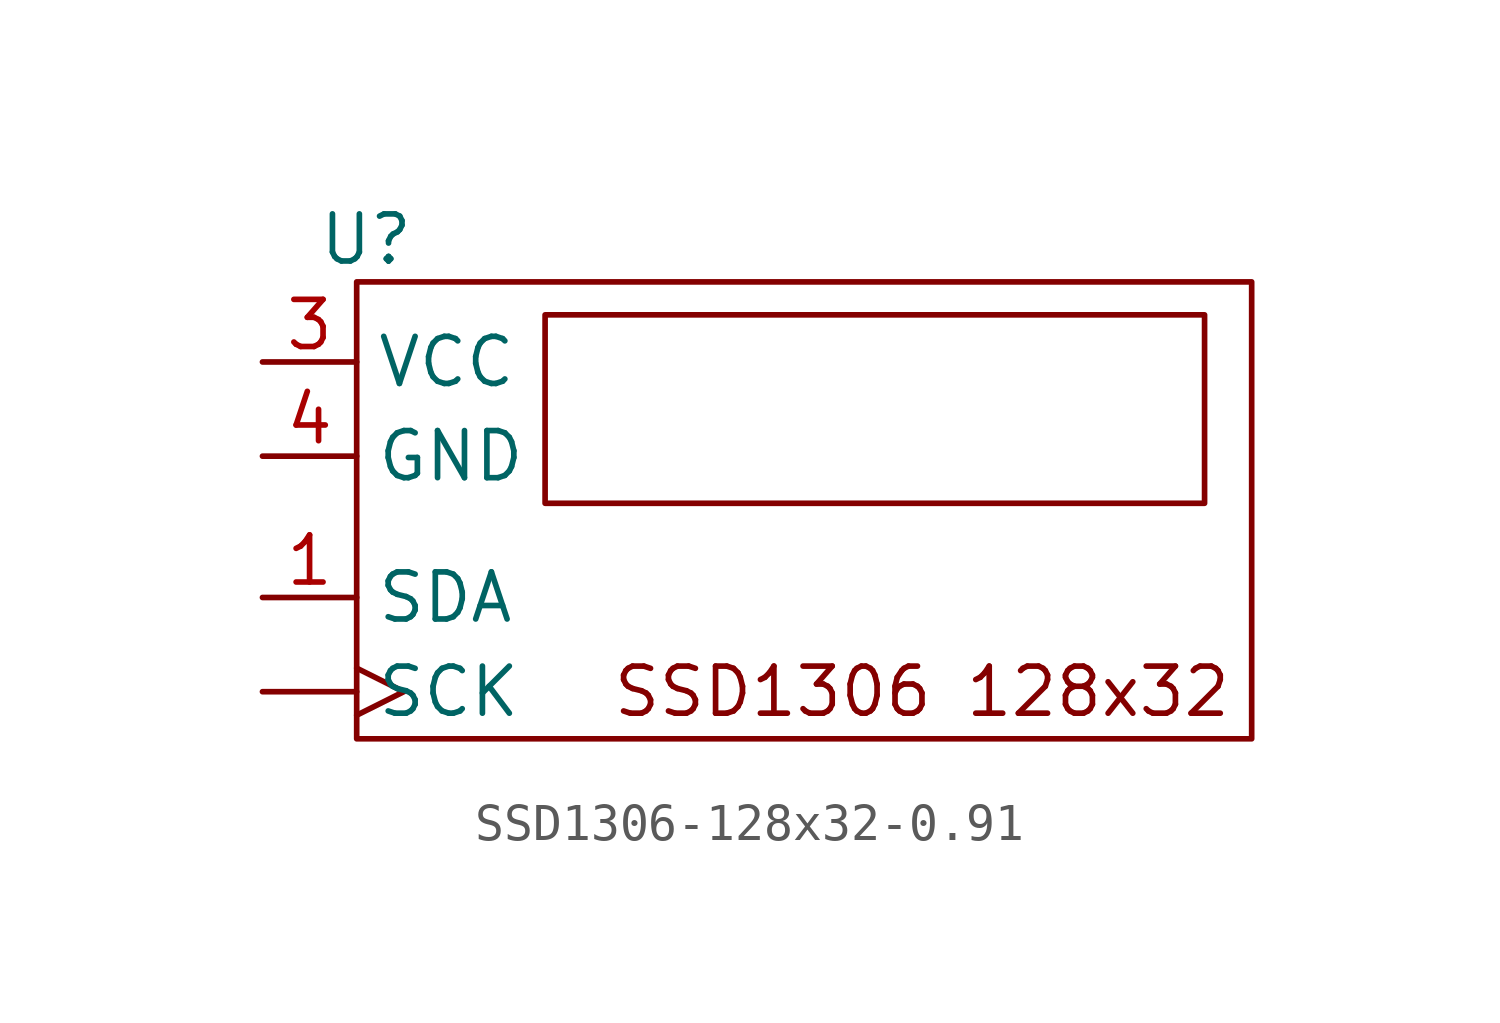
<source format=kicad_sym>
(kicad_symbol_lib
  (version 20220914)
  (generator kicad_symbol_editor)
  (symbol "SSD1306-128x32-0.91"
    (property "Reference" "U"
      (at -12.446 7.112 0)
      (effects (font (size 1.27 1.27))))
    (property "Value" ""
      (at -8.89 1.27 0)
      (effects (font (size 1.27 1.27))))
    (symbol "SSD1306-128x32-0.91_0_1"
      (rectangle (start -12.7 5.969) (end 11.43 -6.35) (stroke (width 0) (type default)) (fill (type none)))
      (rectangle (start -7.62 5.08) (end 10.16 0) (stroke (width 0) (type default)) (fill (type none))))
    (symbol "SSD1306-128x32-0.91_1_1"
      (text "SSD1306 128x32" (at 2.54 -5.08 0) (effects (font (size 1.27 1.27))))
      (pin input clock (at -15.24 -5.08 0) (length 2.54) (name "SCK" (effects (font (size 1.27 1.27)))) (number "" (effects (font (size 1.27 1.27)))))
      (pin bidirectional line (at -15.24 -2.54 0) (length 2.54) (name "SDA" (effects (font (size 1.27 1.27)))) (number "1" (effects (font (size 1.27 1.27)))))
      (pin input line (at -15.24 3.81 0) (length 2.54) (name "VCC" (effects (font (size 1.27 1.27)))) (number "3" (effects (font (size 1.27 1.27)))))
      (pin input line (at -15.24 1.27 0) (length 2.54) (name "GND" (effects (font (size 1.27 1.27)))) (number "4" (effects (font (size 1.27 1.27))))))))
</source>
